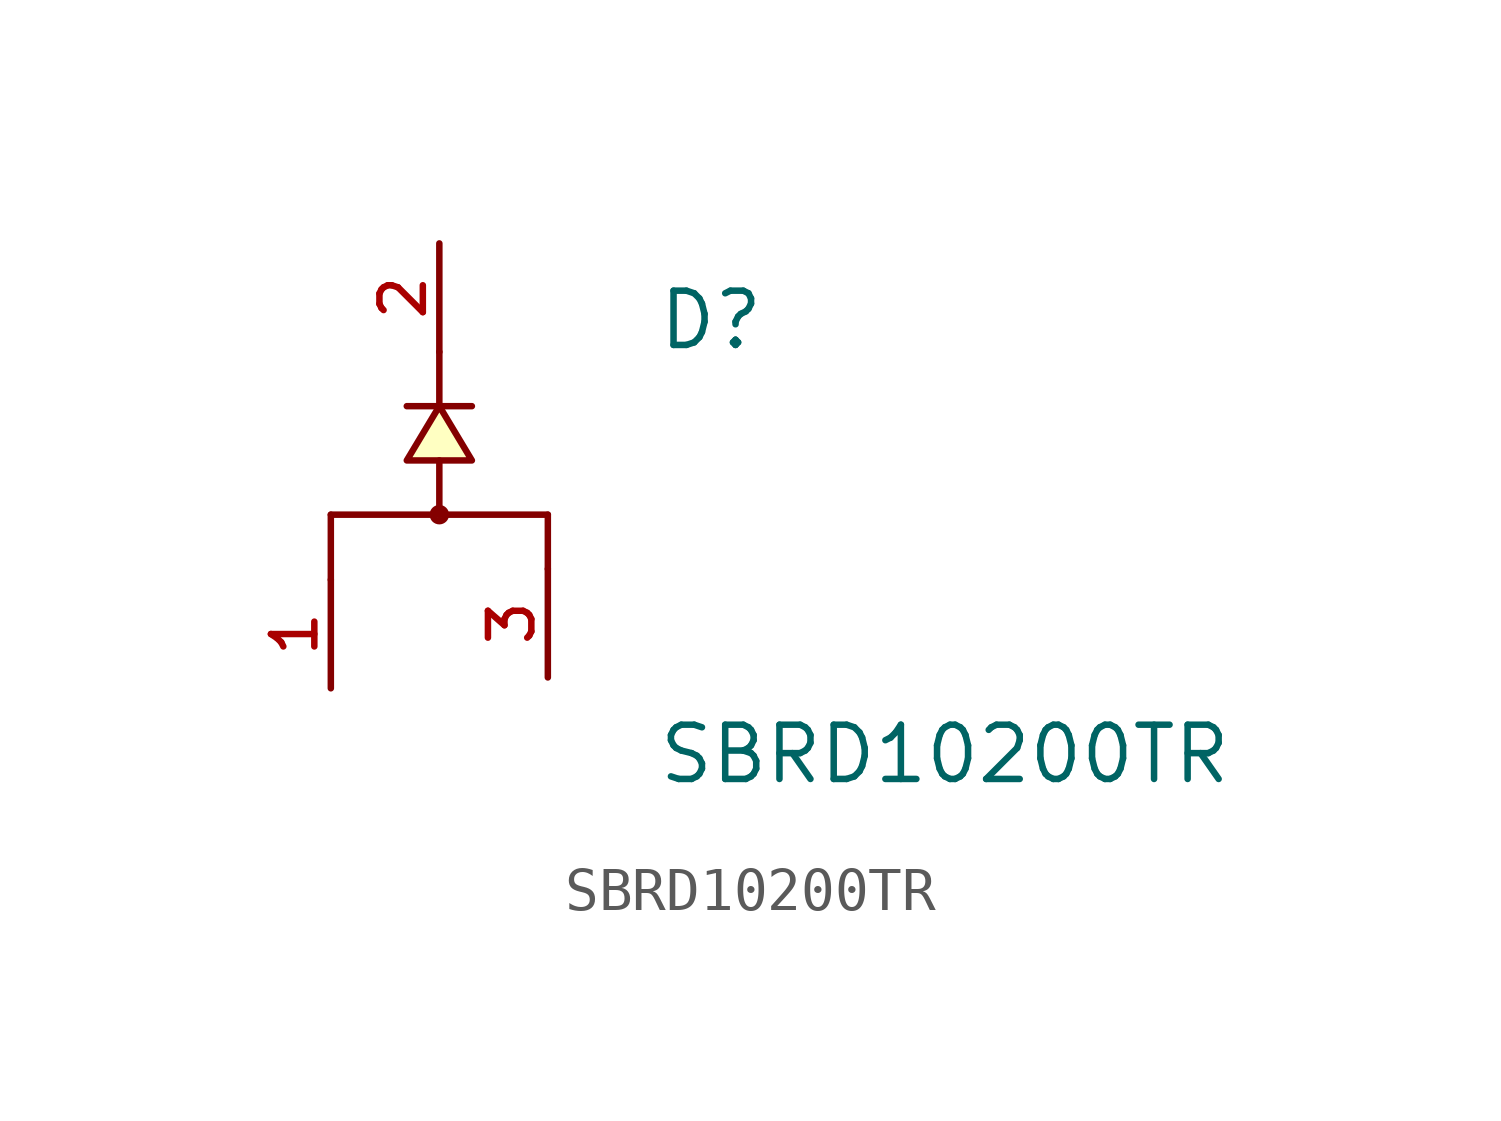
<source format=kicad_sym>
(kicad_symbol_lib
  (version 20211014)
  (generator kicad_symbol_editor)
  (symbol "SBRD10200TR"
    (pin_names
      (offset 1.016) hide)
    (property "Reference" "D"
      (at 5.08 2.54 0)
      (effects (font (size 1.27 1.27)) (justify left bottom)))
    (property "Value" "SBRD10200TR"
      (at 5.08 -7.62 0)
      (effects (font (size 1.27 1.27)) (justify left bottom)))
    (property "ki_locked" ""
      (at 0 0 0)
      (effects (font (size 1.27 1.27))))
    (symbol "SBRD10200TR_0_0"
      (circle (center 0 -1.27) (radius 0.152) (stroke (width 0.152) (type default) (color 0 0 0 0)) (fill (type none)))
      (polyline (pts (xy -2.54 -1.27) (xy -2.54 -2.794)) (stroke (width 0.152) (type default) (color 0 0 0 0)) (fill (type none)))
      (polyline (pts (xy 0 -1.27) (xy -2.54 -1.27)) (stroke (width 0.152) (type default) (color 0 0 0 0)) (fill (type none)))
      (polyline (pts (xy 0 -1.27) (xy 2.54 -1.27)) (stroke (width 0.152) (type default) (color 0 0 0 0)) (fill (type none)))
      (polyline (pts (xy 0 0) (xy 0 -1.27)) (stroke (width 0.152) (type default) (color 0 0 0 0)) (fill (type none)))
      (polyline (pts (xy 0 1.27) (xy -0.762 1.27)) (stroke (width 0.152) (type default) (color 0 0 0 0)) (fill (type none)))
      (polyline (pts (xy 0 1.27) (xy 0 2.54)) (stroke (width 0.152) (type default) (color 0 0 0 0)) (fill (type none)))
      (polyline (pts (xy 0.762 1.27) (xy 0 1.27)) (stroke (width 0.152) (type default) (color 0 0 0 0)) (fill (type none)))
      (polyline (pts (xy 2.54 -1.27) (xy 2.54 -2.54)) (stroke (width 0.152) (type default) (color 0 0 0 0)) (fill (type none)))
      (polyline (pts (xy 0 1.27) (xy 0.762 0) (xy -0.762 0) (xy 0 1.27)) (stroke (width 0.152) (type default) (color 0 0 0 0)) (fill (type background)))
      (pin passive line (at -2.54 -5.334 90) (length 2.54) (name "~" (effects (font (size 1.016 1.016)))) (number "1" (effects (font (size 1.016 1.016)))))
      (pin passive line (at 0 5.08 270) (length 2.54) (name "~" (effects (font (size 1.016 1.016)))) (number "2" (effects (font (size 1.016 1.016)))))
      (pin passive line (at 2.54 -5.08 90) (length 2.54) (name "~" (effects (font (size 1.016 1.016)))) (number "3" (effects (font (size 1.016 1.016))))))))
</source>
